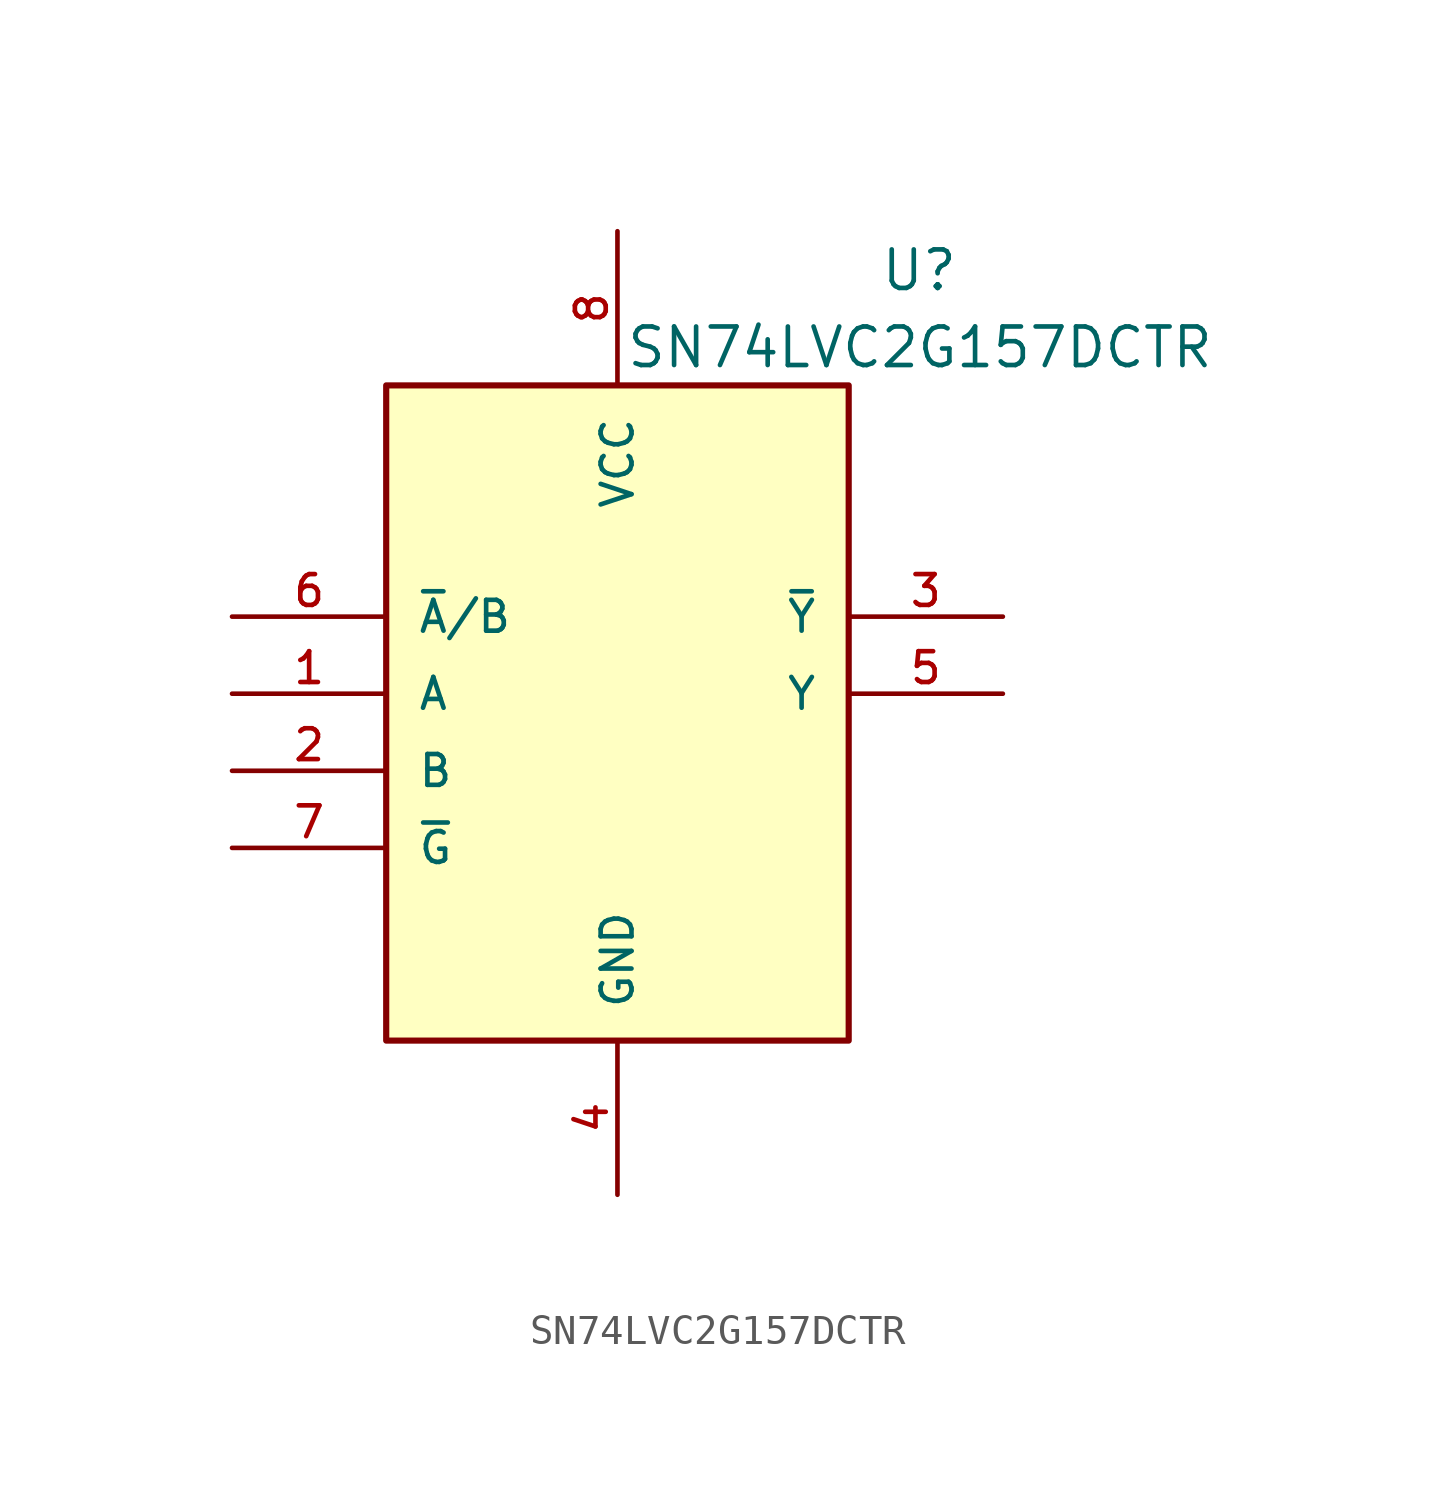
<source format=kicad_sym>
(kicad_symbol_lib
  (version 20231120)
  (generator "kicad_symbol_editor")
  (generator_version "8.0")
  (symbol "SN74LVC2G157DCTR"
    (pin_names
      (offset 1.016))
    (property "Reference" "U"
      (at 8.636 13.208 0)
      (effects (font (size 1.27 1.27)) (justify left bottom)))
    (property "Value" "SN74LVC2G157DCTR"
      (at 0.254 10.668 0)
      (effects (font (size 1.27 1.27)) (justify left bottom)))
    (symbol "SN74LVC2G157DCTR_0_0"
      (rectangle (start -7.62 10.16) (end 7.62 -11.43) (stroke (width 0.203) (type default)) (fill (type background)))
      (pin input line (at -12.7 0 0) (length 5.08) (name "A" (effects (font (size 1.016 1.016)))) (number "1" (effects (font (size 1.016 1.016)))))
      (pin input line (at -12.7 -2.54 0) (length 5.08) (name "B" (effects (font (size 1.016 1.016)))) (number "2" (effects (font (size 1.016 1.016)))))
      (pin output line (at 12.7 2.54 180) (length 5.08) (name "~{Y}" (effects (font (size 1.016 1.016)))) (number "3" (effects (font (size 1.016 1.016)))))
      (pin power_in line (at 0 -16.51 90) (length 5.08) (name "GND" (effects (font (size 1.016 1.016)))) (number "4" (effects (font (size 1.016 1.016)))))
      (pin output line (at 12.7 0 180) (length 5.08) (name "Y" (effects (font (size 1.016 1.016)))) (number "5" (effects (font (size 1.016 1.016)))))
      (pin input line (at -12.7 2.54 0) (length 5.08) (name "~{A}/B" (effects (font (size 1.016 1.016)))) (number "6" (effects (font (size 1.016 1.016)))))
      (pin input line (at -12.7 -5.08 0) (length 5.08) (name "~{G}" (effects (font (size 1.016 1.016)))) (number "7" (effects (font (size 1.016 1.016)))))
      (pin power_in line (at 0 15.24 270) (length 5.08) (name "VCC" (effects (font (size 1.016 1.016)))) (number "8" (effects (font (size 1.016 1.016))))))))
</source>
